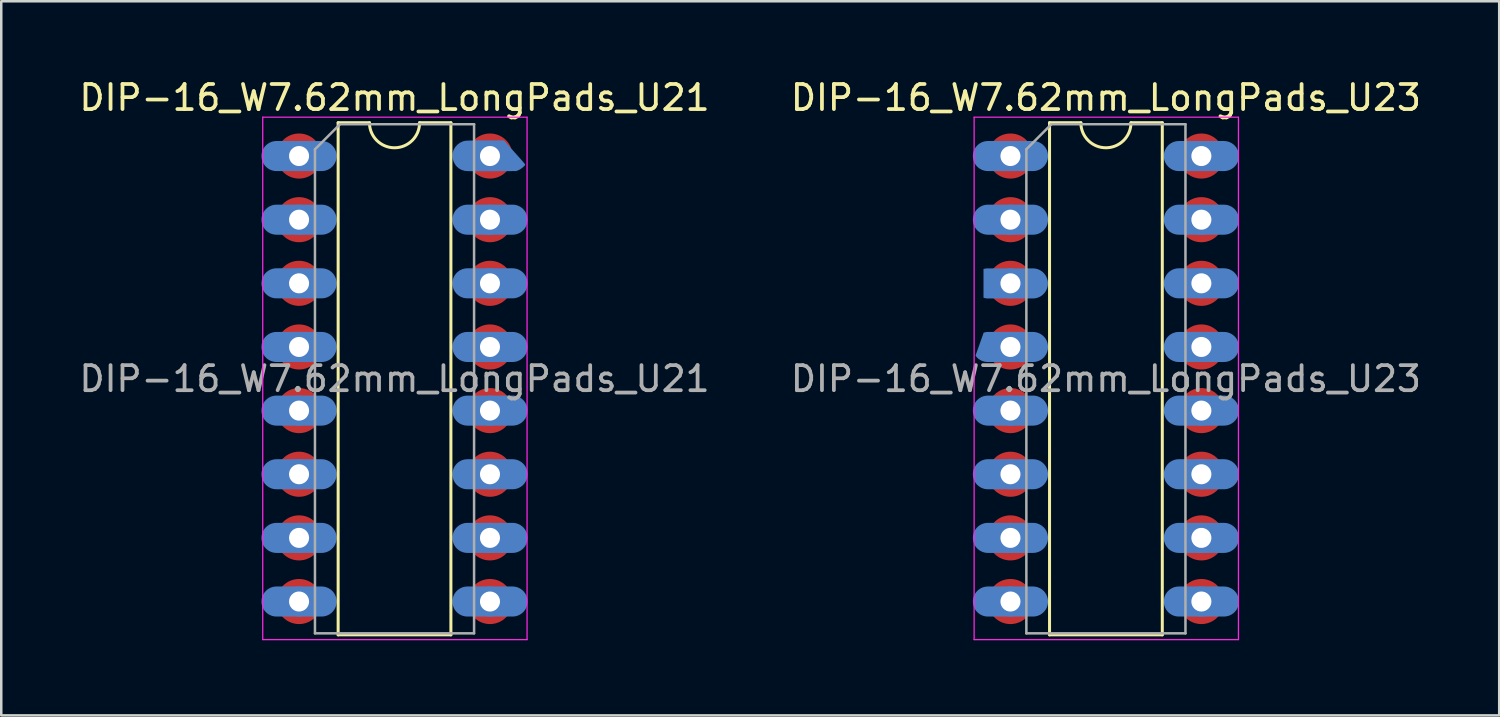
<source format=kicad_pcb>
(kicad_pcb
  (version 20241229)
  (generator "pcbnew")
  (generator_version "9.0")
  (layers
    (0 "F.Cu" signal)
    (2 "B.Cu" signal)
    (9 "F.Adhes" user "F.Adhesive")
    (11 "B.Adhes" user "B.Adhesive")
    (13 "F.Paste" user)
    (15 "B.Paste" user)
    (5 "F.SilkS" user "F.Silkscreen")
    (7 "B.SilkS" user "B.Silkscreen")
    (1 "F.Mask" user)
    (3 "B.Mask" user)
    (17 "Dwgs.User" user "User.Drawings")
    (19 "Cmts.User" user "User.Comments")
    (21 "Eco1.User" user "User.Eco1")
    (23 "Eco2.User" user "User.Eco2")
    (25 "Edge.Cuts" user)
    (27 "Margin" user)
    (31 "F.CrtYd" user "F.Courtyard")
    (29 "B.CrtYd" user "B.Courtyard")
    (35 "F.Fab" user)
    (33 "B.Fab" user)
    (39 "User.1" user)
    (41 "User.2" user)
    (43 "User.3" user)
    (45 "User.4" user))
  (footprint "DIP-16_W7.62mm_LongPads_U23"
    (layer "F.Cu")
    (at 37.279 3.178)
    (property "Reference" "DIP-16_W7.62mm_LongPads_U23" (at 3.81 -2.33 0) (layer "F.SilkS") (effects (font (size 1 1) (thickness 0.15))))
    (attr through_hole)
    (fp_line (start 1.56 -1.33) (end 1.56 19.11) (stroke (width 0.12) (type solid)) (layer "F.SilkS"))
    (fp_line (start 1.56 19.11) (end 6.06 19.11) (stroke (width 0.12) (type solid)) (layer "F.SilkS"))
    (fp_line (start 2.81 -1.33) (end 1.56 -1.33) (stroke (width 0.12) (type solid)) (layer "F.SilkS"))
    (fp_line (start 6.06 -1.33) (end 4.81 -1.33) (stroke (width 0.12) (type solid)) (layer "F.SilkS"))
    (fp_line (start 6.06 19.11) (end 6.06 -1.33) (stroke (width 0.12) (type solid)) (layer "F.SilkS"))
    (fp_arc (start 4.81 -1.33) (mid 3.81 -0.33) (end 2.81 -1.33) (stroke (width 0.12) (type solid)) (layer "F.SilkS"))
    (fp_line (start -1.45 -1.55) (end -1.45 19.3) (stroke (width 0.05) (type solid)) (layer "F.CrtYd"))
    (fp_line (start -1.45 19.3) (end 9.1 19.3) (stroke (width 0.05) (type solid)) (layer "F.CrtYd"))
    (fp_line (start 9.1 -1.55) (end -1.45 -1.55) (stroke (width 0.05) (type solid)) (layer "F.CrtYd"))
    (fp_line (start 9.1 19.3) (end 9.1 -1.55) (stroke (width 0.05) (type solid)) (layer "F.CrtYd"))
    (fp_line (start 0.635 -0.27) (end 1.635 -1.27) (stroke (width 0.1) (type solid)) (layer "F.Fab"))
    (fp_line (start 0.635 19.05) (end 0.635 -0.27) (stroke (width 0.1) (type solid)) (layer "F.Fab"))
    (fp_line (start 1.635 -1.27) (end 6.985 -1.27) (stroke (width 0.1) (type solid)) (layer "F.Fab"))
    (fp_line (start 6.985 -1.27) (end 6.985 19.05) (stroke (width 0.1) (type solid)) (layer "F.Fab"))
    (fp_line (start 6.985 19.05) (end 0.635 19.05) (stroke (width 0.1) (type solid)) (layer "F.Fab"))
    (fp_text user "${REFERENCE}" (at 3.81 8.89 0) (layer "F.Fab") (effects (font (size 1 1) (thickness 0.15))))
    (pad "1" thru_hole circle (at 0 0) (size 1.2 1.2) (drill 0.8) (layers "*.Cu" "*.Mask"))
    (pad "1" smd circle (at 0 0) (size 1.8 1.8) (layers "F.Cu" "F.Mask"))
    (pad "1" smd oval (at 0 0) (size 3 1.2) (layers "B.Cu" "B.Mask"))
    (pad "2" thru_hole circle (at 0 2.54) (size 1.2 1.2) (drill 0.8) (layers "*.Cu" "*.Mask"))
    (pad "2" smd circle (at 0 2.54) (size 1.8 1.8) (layers "F.Cu" "F.Mask"))
    (pad "2" smd oval (at 0 2.54) (size 3 1.2) (layers "B.Cu" "B.Mask"))
    (pad "3" thru_hole circle (at 0 5.08) (size 1.2 1.2) (drill 0.8) (layers "*.Cu" "*.Mask"))
    (pad "3" smd custom (at 0 5.08) (size 1.2 1.2) (layers "B.Cu" "B.Mask") (options (anchor circle)) (primitives (gr_poly (pts (xy -1.058 -0.576) (xy -1.039 -0.581) (xy -1.019 -0.585) (xy -0.998 -0.589) (xy -0.976 -0.592) (xy -0.954 -0.594) (xy -0.93 -0.595) (xy -0.918 -0.596) (xy -0.906 -0.596) (xy 0.895 -0.596) (xy 0.927 -0.595) (xy 0.958 -0.593) (xy 0.989 -0.589) (xy 1.019 -0.583) (xy 1.049 -0.576) (xy 1.078 -0.568) (xy 1.106 -0.558) (xy 1.134 -0.547) (xy 1.16 -0.534) (xy 1.186 -0.521) (xy 1.211 -0.506) (xy 1.236 -0.49) (xy 1.259 -0.473) (xy 1.282 -0.455) (xy 1.303 -0.435) (xy 1.324 -0.415) (xy 1.343 -0.394) (xy 1.362 -0.372) (xy 1.379 -0.349) (xy 1.395 -0.326) (xy 1.411 -0.301) (xy 1.425 -0.276) (xy 1.437 -0.25) (xy 1.449 -0.224) (xy 1.459 -0.197) (xy 1.468 -0.169) (xy 1.476 -0.141) (xy 1.483 -0.113) (xy 1.488 -0.084) (xy 1.491 -0.055) (xy 1.494 -0.026) (xy 1.494 0.004) (xy 1.494 0.036) (xy 1.491 0.066) (xy 1.487 0.097) (xy 1.482 0.127) (xy 1.475 0.156) (xy 1.467 0.185) (xy 1.457 0.213) (xy 1.446 0.24) (xy 1.434 0.267) (xy 1.421 0.293) (xy 1.406 0.318) (xy 1.39 0.342) (xy 1.373 0.366) (xy 1.355 0.388) (xy 1.336 0.41) (xy 1.316 0.431) (xy 1.295 0.45) (xy 1.273 0.469) (xy 1.251 0.487) (xy 1.227 0.503) (xy 1.203 0.519) (xy 1.178 0.533) (xy 1.152 0.546) (xy 1.125 0.558) (xy 1.098 0.568) (xy 1.071 0.578) (xy 1.043 0.586) (xy 1.014 0.592) (xy 0.985 0.597) (xy 0.955 0.601) (xy 0.925 0.603) (xy 0.895 0.604) (xy -0.906 0.604) (xy -0.918 0.604) (xy -0.929 0.604) (xy -0.941 0.603) (xy -0.952 0.602) (xy -0.963 0.601) (xy -0.974 0.599) (xy -0.985 0.597) (xy -0.996 0.595) (xy -1.007 0.593) (xy -1.017 0.591) (xy -1.037 0.586) (xy -1.057 0.58) (xy -1.076 0.574) (xy -1.076 -0.571)) (width 0) (fill yes))))
    (pad "3" smd circle (at 0 5.08) (size 1.8 1.8) (layers "F.Cu" "F.Mask"))
    (pad "4" thru_hole circle (at 0 7.62) (size 1.2 1.2) (drill 0.8) (layers "*.Cu" "*.Mask"))
    (pad "4" smd custom (at 0 7.62) (size 1.2 1.2) (layers "B.Cu" "B.Mask") (options (anchor circle)) (primitives (gr_poly (pts (xy -1.387 0.355) (xy -1.365 0.384) (xy -1.348 0.404) (xy -1.328 0.426) (xy -1.304 0.449) (xy -1.275 0.473) (xy -1.243 0.496) (xy -1.207 0.52) (xy -1.167 0.541) (xy -1.145 0.551) (xy -1.122 0.561) (xy -1.098 0.569) (xy -1.073 0.577) (xy -1.047 0.584) (xy -1.02 0.589) (xy -0.992 0.594) (xy -0.963 0.597) (xy -0.932 0.599) (xy -0.901 0.6) (xy 0.9 0.6) (xy 0.932 0.599) (xy 0.963 0.597) (xy 0.994 0.593) (xy 1.025 0.587) (xy 1.054 0.58) (xy 1.083 0.572) (xy 1.111 0.562) (xy 1.139 0.551) (xy 1.166 0.539) (xy 1.191 0.525) (xy 1.217 0.51) (xy 1.241 0.494) (xy 1.264 0.477) (xy 1.287 0.459) (xy 1.308 0.44) (xy 1.329 0.42) (xy 1.348 0.398) (xy 1.367 0.376) (xy 1.384 0.354) (xy 1.4 0.33) (xy 1.416 0.306) (xy 1.43 0.281) (xy 1.443 0.255) (xy 1.454 0.228) (xy 1.465 0.201) (xy 1.474 0.174) (xy 1.481 0.146) (xy 1.488 0.118) (xy 1.493 0.089) (xy 1.497 0.06) (xy 1.499 0.03) (xy 1.499 0.001) (xy 1.499 -0.031) (xy 1.496 -0.062) (xy 1.492 -0.092) (xy 1.487 -0.122) (xy 1.48 -0.151) (xy 1.472 -0.18) (xy 1.462 -0.208) (xy 1.451 -0.235) (xy 1.439 -0.262) (xy 1.426 -0.288) (xy 1.411 -0.313) (xy 1.395 -0.337) (xy 1.378 -0.361) (xy 1.36 -0.383) (xy 1.341 -0.405) (xy 1.321 -0.426) (xy 1.3 -0.445) (xy 1.279 -0.464) (xy 1.256 -0.482) (xy 1.232 -0.498) (xy 1.208 -0.514) (xy 1.183 -0.528) (xy 1.157 -0.541) (xy 1.131 -0.553) (xy 1.103 -0.563) (xy 1.076 -0.572) (xy 1.048 -0.58) (xy 1.019 -0.587) (xy 0.99 -0.592) (xy 0.96 -0.596) (xy 0.93 -0.598) (xy 0.9 -0.599) (xy -0.901 -0.599) (xy -0.913 -0.599) (xy -0.924 -0.598) (xy -0.935 -0.598) (xy -0.947 -0.597) (xy -0.958 -0.595) (xy -0.969 -0.594) (xy -0.98 -0.592) (xy -0.99 -0.59) (xy -1.012 -0.586) (xy -1.032 -0.581) (xy -1.052 -0.575) (xy -1.07 -0.569) (xy -1.394 0.344)) (width 0) (fill yes))))
    (pad "4" smd circle (at 0 7.62) (size 1.8 1.8) (layers "F.Cu" "F.Mask"))
    (pad "5" thru_hole circle (at 0 10.16) (size 1.2 1.2) (drill 0.8) (layers "*.Cu" "*.Mask"))
    (pad "5" smd circle (at 0 10.16) (size 1.8 1.8) (layers "F.Cu" "F.Mask"))
    (pad "5" smd oval (at 0 10.16) (size 3 1.2) (layers "B.Cu" "B.Mask"))
    (pad "6" thru_hole circle (at 0 12.7) (size 1.2 1.2) (drill 0.8) (layers "*.Cu" "*.Mask"))
    (pad "6" smd circle (at 0 12.7) (size 1.8 1.8) (layers "F.Cu" "F.Mask"))
    (pad "6" smd oval (at 0 12.7) (size 3 1.2) (layers "B.Cu" "B.Mask"))
    (pad "7" thru_hole circle (at 0 15.24) (size 1.2 1.2) (drill 0.8) (layers "*.Cu" "*.Mask"))
    (pad "7" smd circle (at 0 15.24) (size 1.8 1.8) (layers "F.Cu" "F.Mask"))
    (pad "7" smd oval (at 0 15.24) (size 3 1.2) (layers "B.Cu" "B.Mask"))
    (pad "8" thru_hole circle (at 0 17.78) (size 1.2 1.2) (drill 0.8) (layers "*.Cu" "*.Mask"))
    (pad "8" smd circle (at 0 17.78) (size 1.8 1.8) (layers "F.Cu" "F.Mask"))
    (pad "8" smd oval (at 0 17.78) (size 3 1.2) (layers "B.Cu" "B.Mask"))
    (pad "9" thru_hole circle (at 7.62 17.78) (size 1.2 1.2) (drill 0.8) (layers "*.Cu" "*.Mask"))
    (pad "9" smd circle (at 7.62 17.78) (size 1.8 1.8) (layers "F.Cu" "F.Mask"))
    (pad "9" smd oval (at 7.62 17.78) (size 3 1.2) (layers "B.Cu" "B.Mask"))
    (pad "10" thru_hole circle (at 7.62 15.24) (size 1.2 1.2) (drill 0.8) (layers "*.Cu" "*.Mask"))
    (pad "10" smd circle (at 7.62 15.24) (size 1.8 1.8) (layers "F.Cu" "F.Mask"))
    (pad "10" smd oval (at 7.62 15.24) (size 3 1.2) (layers "B.Cu" "B.Mask"))
    (pad "11" thru_hole circle (at 7.62 12.7) (size 1.2 1.2) (drill 0.8) (layers "*.Cu" "*.Mask"))
    (pad "11" smd circle (at 7.62 12.7) (size 1.8 1.8) (layers "F.Cu" "F.Mask"))
    (pad "11" smd oval (at 7.62 12.7) (size 3 1.2) (layers "B.Cu" "B.Mask"))
    (pad "12" thru_hole circle (at 7.62 10.16) (size 1.2 1.2) (drill 0.8) (layers "*.Cu" "*.Mask"))
    (pad "12" smd circle (at 7.62 10.16) (size 1.8 1.8) (layers "F.Cu" "F.Mask"))
    (pad "12" smd oval (at 7.62 10.16) (size 3 1.2) (layers "B.Cu" "B.Mask"))
    (pad "13" thru_hole circle (at 7.62 7.62) (size 1.2 1.2) (drill 0.8) (layers "*.Cu" "*.Mask"))
    (pad "13" smd circle (at 7.62 7.62) (size 1.8 1.8) (layers "F.Cu" "F.Mask"))
    (pad "13" smd oval (at 7.62 7.62) (size 3 1.2) (layers "B.Cu" "B.Mask"))
    (pad "14" thru_hole circle (at 7.62 5.08) (size 1.2 1.2) (drill 0.8) (layers "*.Cu" "*.Mask"))
    (pad "14" smd circle (at 7.62 5.08) (size 1.8 1.8) (layers "F.Cu" "F.Mask"))
    (pad "14" smd oval (at 7.62 5.08) (size 3 1.2) (layers "B.Cu" "B.Mask"))
    (pad "15" thru_hole circle (at 7.62 2.54) (size 1.2 1.2) (drill 0.8) (layers "*.Cu" "*.Mask"))
    (pad "15" smd circle (at 7.62 2.54) (size 1.8 1.8) (layers "F.Cu" "F.Mask"))
    (pad "15" smd oval (at 7.62 2.54) (size 3 1.2) (layers "B.Cu" "B.Mask"))
    (pad "16" thru_hole circle (at 7.62 0) (size 1.2 1.2) (drill 0.8) (layers "*.Cu" "*.Mask"))
    (pad "16" smd circle (at 7.62 0) (size 1.8 1.8) (layers "F.Cu" "F.Mask"))
    (pad "16" smd oval (at 7.62 0) (size 3 1.2) (layers "B.Cu" "B.Mask")))
  (footprint "DIP-16_W7.62mm_LongPads_U21"
    (layer "F.Cu")
    (at 8.886 3.178)
    (property "Reference" "DIP-16_W7.62mm_LongPads_U21" (at 3.81 -2.33 0) (layer "F.SilkS") (effects (font (size 1 1) (thickness 0.15))))
    (attr through_hole)
    (fp_line (start 1.56 -1.33) (end 1.56 19.11) (stroke (width 0.12) (type solid)) (layer "F.SilkS"))
    (fp_line (start 1.56 19.11) (end 6.06 19.11) (stroke (width 0.12) (type solid)) (layer "F.SilkS"))
    (fp_line (start 2.81 -1.33) (end 1.56 -1.33) (stroke (width 0.12) (type solid)) (layer "F.SilkS"))
    (fp_line (start 6.06 -1.33) (end 4.81 -1.33) (stroke (width 0.12) (type solid)) (layer "F.SilkS"))
    (fp_line (start 6.06 19.11) (end 6.06 -1.33) (stroke (width 0.12) (type solid)) (layer "F.SilkS"))
    (fp_arc (start 4.81 -1.33) (mid 3.81 -0.33) (end 2.81 -1.33) (stroke (width 0.12) (type solid)) (layer "F.SilkS"))
    (fp_line (start -1.45 -1.55) (end -1.45 19.3) (stroke (width 0.05) (type solid)) (layer "F.CrtYd"))
    (fp_line (start -1.45 19.3) (end 9.1 19.3) (stroke (width 0.05) (type solid)) (layer "F.CrtYd"))
    (fp_line (start 9.1 -1.55) (end -1.45 -1.55) (stroke (width 0.05) (type solid)) (layer "F.CrtYd"))
    (fp_line (start 9.1 19.3) (end 9.1 -1.55) (stroke (width 0.05) (type solid)) (layer "F.CrtYd"))
    (fp_line (start 0.635 -0.27) (end 1.635 -1.27) (stroke (width 0.1) (type solid)) (layer "F.Fab"))
    (fp_line (start 0.635 19.05) (end 0.635 -0.27) (stroke (width 0.1) (type solid)) (layer "F.Fab"))
    (fp_line (start 1.635 -1.27) (end 6.985 -1.27) (stroke (width 0.1) (type solid)) (layer "F.Fab"))
    (fp_line (start 6.985 -1.27) (end 6.985 19.05) (stroke (width 0.1) (type solid)) (layer "F.Fab"))
    (fp_line (start 6.985 19.05) (end 0.635 19.05) (stroke (width 0.1) (type solid)) (layer "F.Fab"))
    (fp_text user "${REFERENCE}" (at 3.81 8.89 0) (layer "F.Fab") (effects (font (size 1 1) (thickness 0.15))))
    (pad "1" thru_hole circle (at 0 0) (size 1.2 1.2) (drill 0.8) (layers "*.Cu" "*.Mask"))
    (pad "1" smd circle (at 0 0) (size 1.8 1.8) (layers "F.Cu" "F.Mask"))
    (pad "1" smd oval (at 0 0) (size 3 1.2) (layers "B.Cu" "B.Mask"))
    (pad "2" thru_hole circle (at 0 2.54) (size 1.2 1.2) (drill 0.8) (layers "*.Cu" "*.Mask"))
    (pad "2" smd circle (at 0 2.54) (size 1.8 1.8) (layers "F.Cu" "F.Mask"))
    (pad "2" smd oval (at 0 2.54) (size 3 1.2) (layers "B.Cu" "B.Mask"))
    (pad "3" thru_hole circle (at 0 5.08) (size 1.2 1.2) (drill 0.8) (layers "*.Cu" "*.Mask"))
    (pad "3" smd circle (at 0 5.08) (size 1.8 1.8) (layers "F.Cu" "F.Mask"))
    (pad "3" smd oval (at 0 5.08) (size 3 1.2) (layers "B.Cu" "B.Mask"))
    (pad "4" thru_hole circle (at 0 7.62) (size 1.2 1.2) (drill 0.8) (layers "*.Cu" "*.Mask"))
    (pad "4" smd circle (at 0 7.62) (size 1.8 1.8) (layers "F.Cu" "F.Mask"))
    (pad "4" smd oval (at 0 7.62) (size 3 1.2) (layers "B.Cu" "B.Mask"))
    (pad "5" thru_hole circle (at 0 10.16) (size 1.2 1.2) (drill 0.8) (layers "*.Cu" "*.Mask"))
    (pad "5" smd circle (at 0 10.16) (size 1.8 1.8) (layers "F.Cu" "F.Mask"))
    (pad "5" smd oval (at 0 10.16) (size 3 1.2) (layers "B.Cu" "B.Mask"))
    (pad "6" thru_hole circle (at 0 12.7) (size 1.2 1.2) (drill 0.8) (layers "*.Cu" "*.Mask"))
    (pad "6" smd circle (at 0 12.7) (size 1.8 1.8) (layers "F.Cu" "F.Mask"))
    (pad "6" smd oval (at 0 12.7) (size 3 1.2) (layers "B.Cu" "B.Mask"))
    (pad "7" thru_hole circle (at 0 15.24) (size 1.2 1.2) (drill 0.8) (layers "*.Cu" "*.Mask"))
    (pad "7" smd circle (at 0 15.24) (size 1.8 1.8) (layers "F.Cu" "F.Mask"))
    (pad "7" smd oval (at 0 15.24) (size 3 1.2) (layers "B.Cu" "B.Mask"))
    (pad "8" thru_hole circle (at 0 17.78) (size 1.2 1.2) (drill 0.8) (layers "*.Cu" "*.Mask"))
    (pad "8" smd circle (at 0 17.78) (size 1.8 1.8) (layers "F.Cu" "F.Mask"))
    (pad "8" smd oval (at 0 17.78) (size 3 1.2) (layers "B.Cu" "B.Mask"))
    (pad "9" thru_hole circle (at 7.62 17.78) (size 1.2 1.2) (drill 0.8) (layers "*.Cu" "*.Mask"))
    (pad "9" smd circle (at 7.62 17.78) (size 1.8 1.8) (layers "F.Cu" "F.Mask"))
    (pad "9" smd oval (at 7.62 17.78) (size 3 1.2) (layers "B.Cu" "B.Mask"))
    (pad "10" thru_hole circle (at 7.62 15.24) (size 1.2 1.2) (drill 0.8) (layers "*.Cu" "*.Mask"))
    (pad "10" smd circle (at 7.62 15.24) (size 1.8 1.8) (layers "F.Cu" "F.Mask"))
    (pad "10" smd oval (at 7.62 15.24) (size 3 1.2) (layers "B.Cu" "B.Mask"))
    (pad "11" thru_hole circle (at 7.62 12.7) (size 1.2 1.2) (drill 0.8) (layers "*.Cu" "*.Mask"))
    (pad "11" smd circle (at 7.62 12.7) (size 1.8 1.8) (layers "F.Cu" "F.Mask"))
    (pad "11" smd oval (at 7.62 12.7) (size 3 1.2) (layers "B.Cu" "B.Mask"))
    (pad "12" thru_hole circle (at 7.62 10.16) (size 1.2 1.2) (drill 0.8) (layers "*.Cu" "*.Mask"))
    (pad "12" smd circle (at 7.62 10.16) (size 1.8 1.8) (layers "F.Cu" "F.Mask"))
    (pad "12" smd oval (at 7.62 10.16) (size 3 1.2) (layers "B.Cu" "B.Mask"))
    (pad "13" thru_hole circle (at 7.62 7.62) (size 1.2 1.2) (drill 0.8) (layers "*.Cu" "*.Mask"))
    (pad "13" smd circle (at 7.62 7.62) (size 1.8 1.8) (layers "F.Cu" "F.Mask"))
    (pad "13" smd oval (at 7.62 7.62) (size 3 1.2) (layers "B.Cu" "B.Mask"))
    (pad "14" thru_hole circle (at 7.62 5.08) (size 1.2 1.2) (drill 0.8) (layers "*.Cu" "*.Mask"))
    (pad "14" smd circle (at 7.62 5.08) (size 1.8 1.8) (layers "F.Cu" "F.Mask"))
    (pad "14" smd oval (at 7.62 5.08) (size 3 1.2) (layers "B.Cu" "B.Mask"))
    (pad "15" thru_hole circle (at 7.62 2.54) (size 1.2 1.2) (drill 0.8) (layers "*.Cu" "*.Mask"))
    (pad "15" smd circle (at 7.62 2.54) (size 1.8 1.8) (layers "F.Cu" "F.Mask"))
    (pad "15" smd oval (at 7.62 2.54) (size 3 1.2) (layers "B.Cu" "B.Mask"))
    (pad "16" thru_hole circle (at 7.62 0) (size 1.2 1.2) (drill 0.8) (layers "*.Cu" "*.Mask"))
    (pad "16" smd custom (at 7.62 0) (size 1.2 1.2) (layers "B.Cu" "B.Mask") (options (anchor circle)) (primitives (gr_poly (pts (xy 1.391 0.363) (xy 1.361 0.399) (xy 1.316 0.441) (xy 1.262 0.484) (xy 1.205 0.523) (xy 1.151 0.552) (xy 1.138 0.558) (xy 1.046 0.595) (xy 0.07 0.6) (xy -0.16 0.601) (xy -0.359 0.601) (xy -0.529 0.601) (xy -0.672 0.6) (xy -0.787 0.598) (xy -0.878 0.596) (xy -0.945 0.592) (xy -0.989 0.589) (xy -1.001 0.587) (xy -1.135 0.547) (xy -1.248 0.483) (xy -1.342 0.395) (xy -1.381 0.344) (xy -1.448 0.22) (xy -1.486 0.087) (xy -1.493 -0.05) (xy -1.485 -0.117) (xy -1.449 -0.24) (xy -1.385 -0.353) (xy -1.298 -0.45) (xy -1.193 -0.528) (xy -1.073 -0.583) (xy -0.995 -0.603) (xy -0.96 -0.607) (xy -0.895 -0.61) (xy -0.805 -0.613) (xy -0.691 -0.615) (xy -0.558 -0.617) (xy -0.408 -0.619) (xy -0.244 -0.619) (xy -0.178 -0.619) (xy 0.554 -0.619) (xy 0.975 -0.151) (xy 1.067 -0.048) (xy 1.153 0.048) (xy 1.23 0.135) (xy 1.295 0.21) (xy 1.347 0.271) (xy 1.382 0.313) (xy 1.399 0.336) (xy 1.4 0.338) (xy 1.391 0.363)) (width 0.01) (fill yes))))
    (pad "16" smd circle (at 7.62 0) (size 1.8 1.8) (layers "F.Cu" "F.Mask")))
  (gr_rect
    (start -3 -3)
    (end 56.786 25.503)
    (stroke (width 0.1) (type default))
    (fill no)
    (layer "Edge.Cuts")))
</source>
